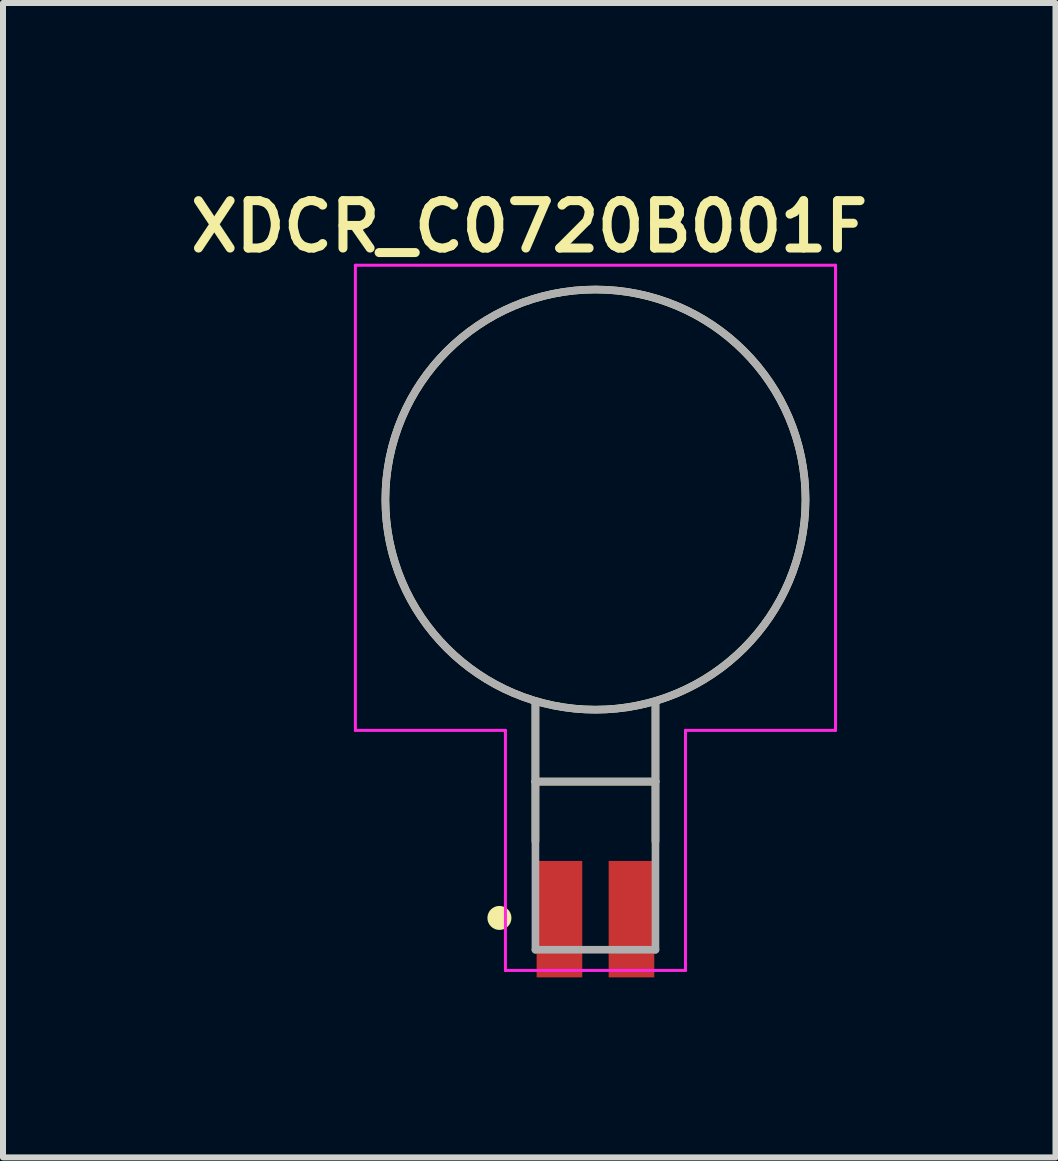
<source format=kicad_pcb>
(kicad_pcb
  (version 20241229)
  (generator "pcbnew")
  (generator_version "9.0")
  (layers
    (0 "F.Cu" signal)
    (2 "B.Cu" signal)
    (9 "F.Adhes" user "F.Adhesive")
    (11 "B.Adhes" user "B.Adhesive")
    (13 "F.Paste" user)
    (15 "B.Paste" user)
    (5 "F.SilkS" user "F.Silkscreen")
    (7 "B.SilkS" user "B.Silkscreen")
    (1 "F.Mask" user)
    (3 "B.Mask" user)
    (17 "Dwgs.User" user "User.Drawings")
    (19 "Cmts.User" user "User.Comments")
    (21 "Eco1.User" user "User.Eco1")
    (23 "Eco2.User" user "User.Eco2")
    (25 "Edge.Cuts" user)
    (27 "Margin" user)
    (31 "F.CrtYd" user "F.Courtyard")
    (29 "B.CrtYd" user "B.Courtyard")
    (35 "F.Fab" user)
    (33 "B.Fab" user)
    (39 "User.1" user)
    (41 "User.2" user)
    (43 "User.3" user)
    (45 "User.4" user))
  (footprint "XDCR_C0720B001F"
    (layer "F.Cu")
    (at 6.871 7.244)
    (property "Reference" "XDCR_C0720B001F" (at -1.103 -6.519 0) (layer "F.SilkS") (effects (font (size 0.79 0.79) (thickness 0.15))))
    (attr through_hole)
    (fp_line (start -1 2.73) (end -1 1.425) (stroke (width 0.127) (type solid)) (layer "F.SilkS"))
    (fp_line (start -1 2.73) (end 1 2.73) (stroke (width 0.127) (type solid)) (layer "F.SilkS"))
    (fp_line (start -1 3.725) (end -1 2.73) (stroke (width 0.127) (type solid)) (layer "F.SilkS"))
    (fp_line (start 1 2.73) (end 1 1.425) (stroke (width 0.127) (type solid)) (layer "F.SilkS"))
    (fp_line (start 1 3.725) (end 1 2.73) (stroke (width 0.127) (type solid)) (layer "F.SilkS"))
    (fp_circle (center -1.6 5) (end -1.5 5) (stroke (width 0.2) (type solid)) (fill no) (layer "F.SilkS"))
    (fp_circle (center 0 -1.97) (end 3.5 -1.97) (stroke (width 0.127) (type solid)) (fill no) (layer "F.SilkS"))
    (fp_line (start -4 -5.875) (end 4 -5.875) (stroke (width 0.05) (type solid)) (layer "F.CrtYd"))
    (fp_line (start -4 1.875) (end -4 -5.875) (stroke (width 0.05) (type solid)) (layer "F.CrtYd"))
    (fp_line (start -1.5 1.875) (end -4 1.875) (stroke (width 0.05) (type solid)) (layer "F.CrtYd"))
    (fp_line (start -1.5 5.875) (end -1.5 1.875) (stroke (width 0.05) (type solid)) (layer "F.CrtYd"))
    (fp_line (start 1.5 1.875) (end 1.5 5.875) (stroke (width 0.05) (type solid)) (layer "F.CrtYd"))
    (fp_line (start 1.5 5.875) (end -1.5 5.875) (stroke (width 0.05) (type solid)) (layer "F.CrtYd"))
    (fp_line (start 4 -5.875) (end 4 1.875) (stroke (width 0.05) (type solid)) (layer "F.CrtYd"))
    (fp_line (start 4 1.875) (end 1.5 1.875) (stroke (width 0.05) (type solid)) (layer "F.CrtYd"))
    (fp_line (start -1 2.725) (end 1 2.725) (stroke (width 0.127) (type solid)) (layer "F.Fab"))
    (fp_line (start -1 5.53) (end -1 1.425) (stroke (width 0.127) (type solid)) (layer "F.Fab"))
    (fp_line (start 1 2.725) (end 1 1.425) (stroke (width 0.127) (type solid)) (layer "F.Fab"))
    (fp_line (start 1 2.73) (end 1 5.53) (stroke (width 0.127) (type solid)) (layer "F.Fab"))
    (fp_line (start 1 5.53) (end -1 5.53) (stroke (width 0.127) (type solid)) (layer "F.Fab"))
    (fp_circle (center 0 -1.97) (end 3.5 -1.97) (stroke (width 0.127) (type solid)) (fill no) (layer "F.Fab"))
    (pad "1" smd rect (at -0.6 5.02) (size 0.76 1.94) (layers "F.Cu" "F.Mask" "F.Paste"))
    (pad "2" smd rect (at 0.6 5.02) (size 0.76 1.94) (layers "F.Cu" "F.Mask" "F.Paste")))
  (gr_rect
    (start -3 -3)
    (end 14.536 16.234)
    (stroke (width 0.1) (type default))
    (fill no)
    (layer "Edge.Cuts")))
</source>
